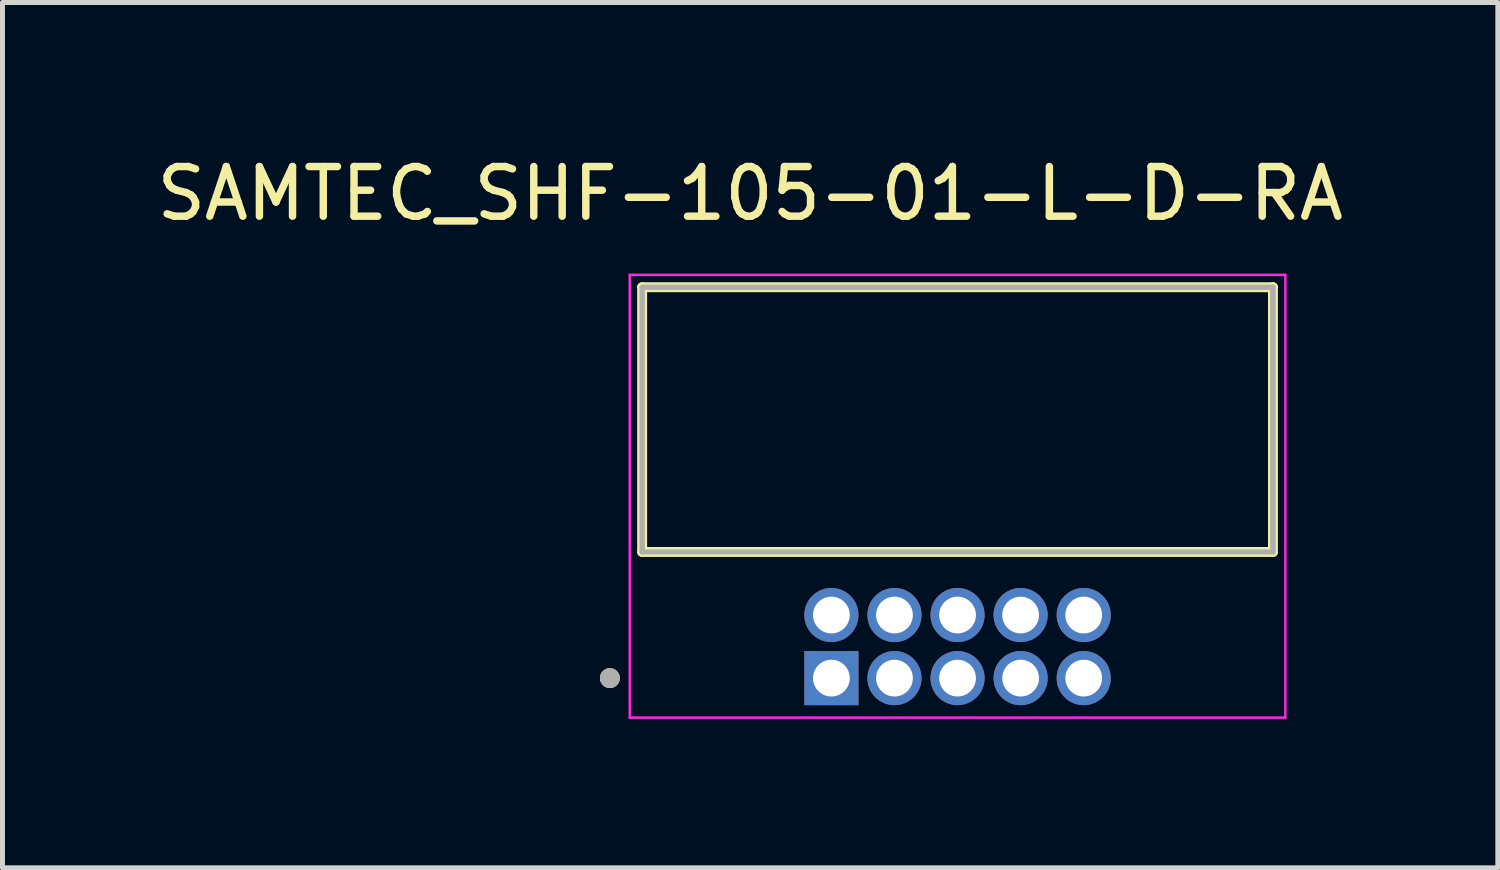
<source format=kicad_pcb>
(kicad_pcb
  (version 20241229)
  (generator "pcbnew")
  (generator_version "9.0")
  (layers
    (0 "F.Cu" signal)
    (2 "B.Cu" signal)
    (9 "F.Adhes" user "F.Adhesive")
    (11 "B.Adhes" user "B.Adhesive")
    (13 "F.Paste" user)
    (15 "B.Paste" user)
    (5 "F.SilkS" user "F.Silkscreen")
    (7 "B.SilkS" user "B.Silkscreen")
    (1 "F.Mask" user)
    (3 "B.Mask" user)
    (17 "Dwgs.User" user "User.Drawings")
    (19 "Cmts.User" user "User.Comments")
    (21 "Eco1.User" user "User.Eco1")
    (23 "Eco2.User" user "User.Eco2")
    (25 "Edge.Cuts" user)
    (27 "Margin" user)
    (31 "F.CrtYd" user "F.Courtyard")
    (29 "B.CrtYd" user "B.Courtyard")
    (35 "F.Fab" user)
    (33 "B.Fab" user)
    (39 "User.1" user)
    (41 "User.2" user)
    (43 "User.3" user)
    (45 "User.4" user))
  (footprint "SAMTEC_SHF-105-01-L-D-RA"
    (layer "F.Cu")
    (at 16.229 9.968)
    (property "Reference" "SAMTEC_SHF-105-01-L-D-RA" (at -4.175 -9.12 0) (layer "F.SilkS") (effects (font (size 1 1) (thickness 0.15))))
    (attr through_hole)
    (fp_line (start -6.35 -1.905) (end -6.35 -7.235) (stroke (width 0.2) (type solid)) (layer "F.SilkS"))
    (fp_line (start 6.35 -7.235) (end -6.35 -7.235) (stroke (width 0.2) (type solid)) (layer "F.SilkS"))
    (fp_line (start 6.35 -7.235) (end 6.35 -1.905) (stroke (width 0.2) (type solid)) (layer "F.SilkS"))
    (fp_line (start 6.35 -1.905) (end -6.35 -1.905) (stroke (width 0.2) (type solid)) (layer "F.SilkS"))
    (fp_circle (center -7 0.635) (end -6.9 0.635) (stroke (width 0.2) (type solid)) (fill no) (layer "F.SilkS"))
    (fp_line (start -6.6 -7.485) (end 6.6 -7.485) (stroke (width 0.05) (type solid)) (layer "F.CrtYd"))
    (fp_line (start -6.6 1.43) (end -6.6 -7.485) (stroke (width 0.05) (type solid)) (layer "F.CrtYd"))
    (fp_line (start 6.6 -7.485) (end 6.6 1.43) (stroke (width 0.05) (type solid)) (layer "F.CrtYd"))
    (fp_line (start 6.6 1.43) (end -6.6 1.43) (stroke (width 0.05) (type solid)) (layer "F.CrtYd"))
    (fp_line (start -6.35 -7.235) (end 6.35 -7.235) (stroke (width 0.1) (type solid)) (layer "F.Fab"))
    (fp_line (start -6.35 -7.235) (end 6.35 -7.235) (stroke (width 0.1) (type solid)) (layer "F.Fab"))
    (fp_line (start -6.35 -1.905) (end -6.35 -7.235) (stroke (width 0.1) (type solid)) (layer "F.Fab"))
    (fp_line (start -6.35 -1.905) (end -6.35 -7.235) (stroke (width 0.1) (type solid)) (layer "F.Fab"))
    (fp_line (start 6.35 -7.235) (end 6.35 -1.905) (stroke (width 0.1) (type solid)) (layer "F.Fab"))
    (fp_line (start 6.35 -7.235) (end 6.35 -1.905) (stroke (width 0.1) (type solid)) (layer "F.Fab"))
    (fp_line (start 6.35 -1.905) (end -6.35 -1.905) (stroke (width 0.1) (type solid)) (layer "F.Fab"))
    (fp_circle (center -7 0.635) (end -6.9 0.635) (stroke (width 0.2) (type solid)) (fill no) (layer "F.Fab"))
    (pad "01" thru_hole rect (at -2.54 0.635) (size 1.09 1.09) (drill 0.74) (layers "*.Cu" "*.Mask"))
    (pad "02" thru_hole circle (at -2.54 -0.635) (size 1.09 1.09) (drill 0.74) (layers "*.Cu" "*.Mask"))
    (pad "03" thru_hole circle (at -1.27 0.635) (size 1.09 1.09) (drill 0.74) (layers "*.Cu" "*.Mask"))
    (pad "04" thru_hole circle (at -1.27 -0.635) (size 1.09 1.09) (drill 0.74) (layers "*.Cu" "*.Mask"))
    (pad "05" thru_hole circle (at 0 0.635) (size 1.09 1.09) (drill 0.74) (layers "*.Cu" "*.Mask"))
    (pad "06" thru_hole circle (at 0 -0.635) (size 1.09 1.09) (drill 0.74) (layers "*.Cu" "*.Mask"))
    (pad "07" thru_hole circle (at 1.27 0.635) (size 1.09 1.09) (drill 0.74) (layers "*.Cu" "*.Mask"))
    (pad "08" thru_hole circle (at 1.27 -0.635) (size 1.09 1.09) (drill 0.74) (layers "*.Cu" "*.Mask"))
    (pad "09" thru_hole circle (at 2.54 0.635) (size 1.09 1.09) (drill 0.74) (layers "*.Cu" "*.Mask"))
    (pad "10" thru_hole circle (at 2.54 -0.635) (size 1.09 1.09) (drill 0.74) (layers "*.Cu" "*.Mask")))
  (gr_rect
    (start -3 -3)
    (end 27.107 14.423)
    (stroke (width 0.1) (type default))
    (fill no)
    (layer "Edge.Cuts")))
</source>
